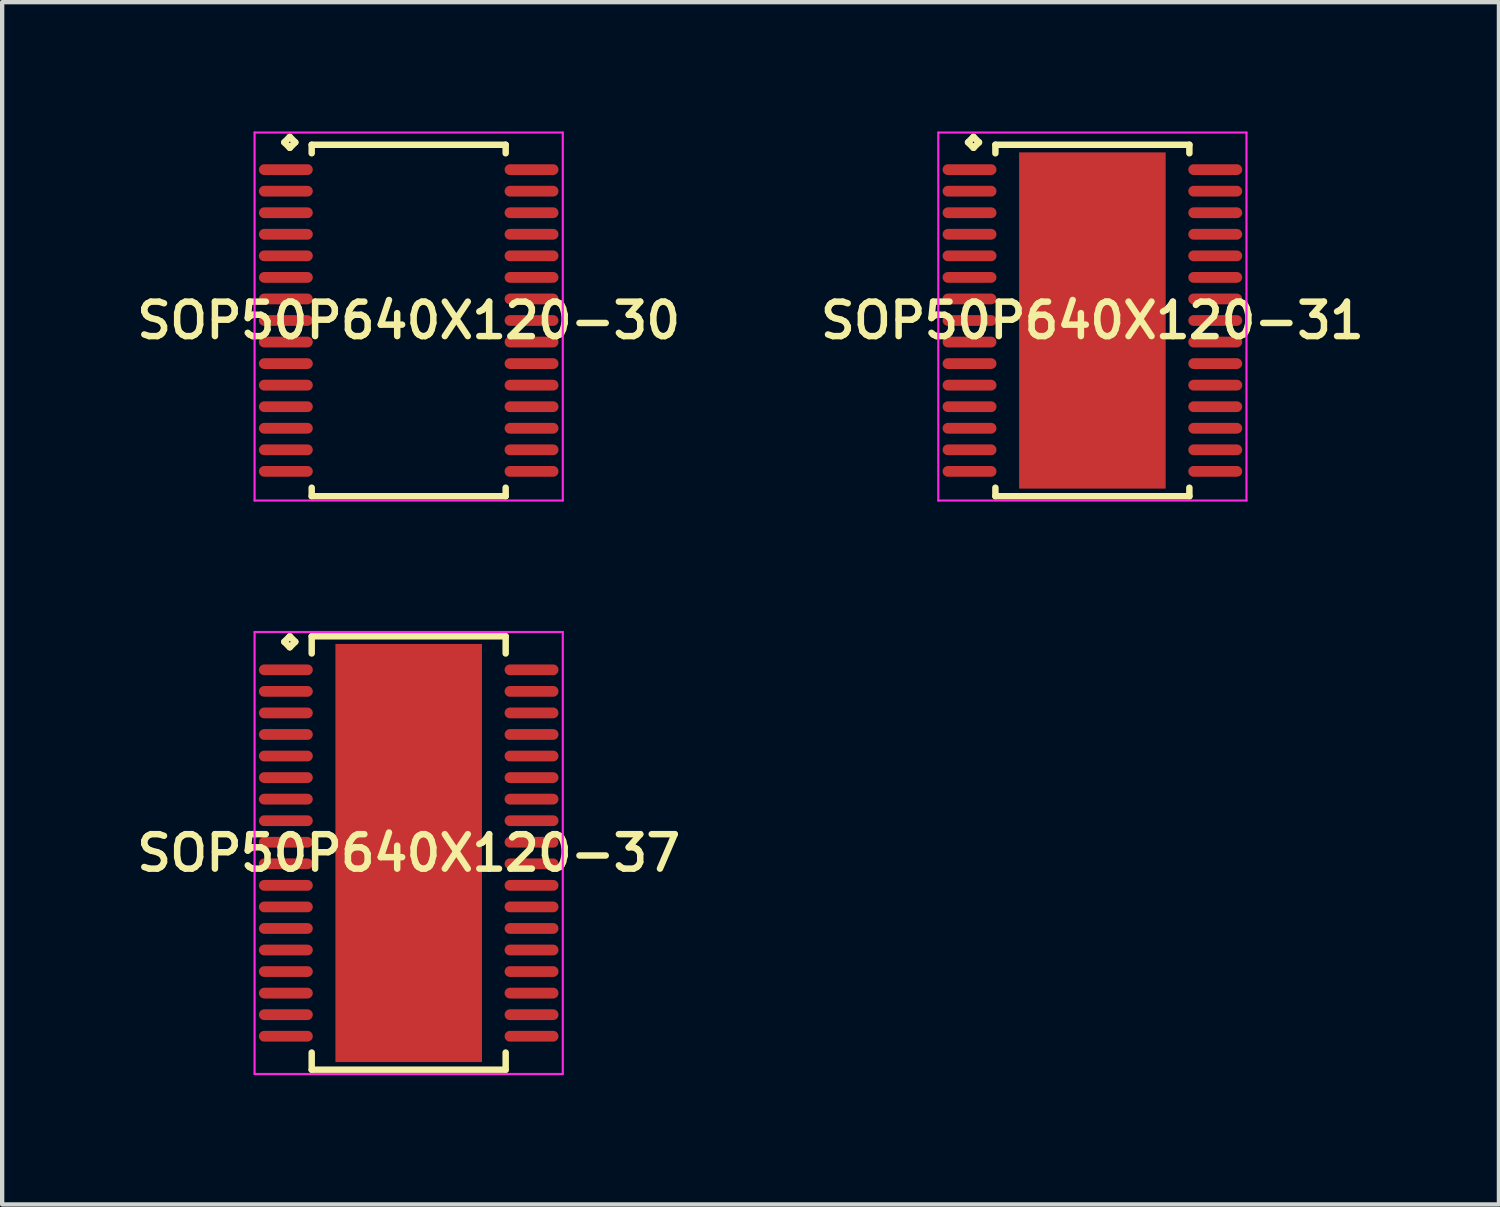
<source format=kicad_pcb>
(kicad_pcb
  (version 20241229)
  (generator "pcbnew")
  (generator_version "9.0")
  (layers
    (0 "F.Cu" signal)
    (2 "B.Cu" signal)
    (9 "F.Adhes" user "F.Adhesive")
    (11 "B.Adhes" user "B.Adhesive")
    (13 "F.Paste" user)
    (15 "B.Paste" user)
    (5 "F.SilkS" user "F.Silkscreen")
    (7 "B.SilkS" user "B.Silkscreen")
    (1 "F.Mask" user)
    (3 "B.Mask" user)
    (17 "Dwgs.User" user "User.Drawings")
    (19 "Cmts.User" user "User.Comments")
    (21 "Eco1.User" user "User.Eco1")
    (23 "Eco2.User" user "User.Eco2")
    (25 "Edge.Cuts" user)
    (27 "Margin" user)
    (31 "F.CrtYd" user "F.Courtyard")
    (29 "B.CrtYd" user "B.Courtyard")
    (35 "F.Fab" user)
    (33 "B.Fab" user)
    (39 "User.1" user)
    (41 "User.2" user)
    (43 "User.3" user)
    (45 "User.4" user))
  (footprint "SOP50P640X120-31"
    (layer "F.Cu")
    (at 22.292 4.385)
    (property "Reference" "SOP50P640X120-31" (at 0 0 0) (layer "F.SilkS") (effects (font (size 0.8 0.8) (thickness 0.15))))
    (attr smd)
    (fp_line (start -2.885 -4.133) (end -2.758 -4.26) (stroke (width 0.15) (type solid)) (layer "F.SilkS"))
    (fp_line (start -2.758 -4.26) (end -2.631 -4.133) (stroke (width 0.15) (type solid)) (layer "F.SilkS"))
    (fp_line (start -2.758 -4.006) (end -2.885 -4.133) (stroke (width 0.15) (type solid)) (layer "F.SilkS"))
    (fp_line (start -2.631 -4.133) (end -2.758 -4.006) (stroke (width 0.15) (type solid)) (layer "F.SilkS"))
    (fp_line (start -2.25 -4.077) (end 2.25 -4.077) (stroke (width 0.15) (type solid)) (layer "F.SilkS"))
    (fp_line (start -2.25 -3.879) (end -2.25 -4.077) (stroke (width 0.15) (type solid)) (layer "F.SilkS"))
    (fp_line (start -2.25 3.879) (end -2.25 4.077) (stroke (width 0.15) (type solid)) (layer "F.SilkS"))
    (fp_line (start -2.25 4.077) (end 2.25 4.077) (stroke (width 0.15) (type solid)) (layer "F.SilkS"))
    (fp_line (start 2.25 -4.077) (end 2.25 -3.879) (stroke (width 0.15) (type solid)) (layer "F.SilkS"))
    (fp_line (start 2.25 4.077) (end 2.25 3.879) (stroke (width 0.15) (type solid)) (layer "F.SilkS"))
    (fp_line (start -3.575 -4.36) (end 3.575 -4.36) (stroke (width 0.05) (type solid)) (layer "F.CrtYd"))
    (fp_line (start -3.575 4.177) (end -3.575 -4.36) (stroke (width 0.05) (type solid)) (layer "F.CrtYd"))
    (fp_line (start 3.575 -4.36) (end 3.575 4.177) (stroke (width 0.05) (type solid)) (layer "F.CrtYd"))
    (fp_line (start 3.575 4.177) (end -3.575 4.177) (stroke (width 0.05) (type solid)) (layer "F.CrtYd"))
    (pad "1" smd oval (at -2.85 -3.5) (size 1.25 0.25) (layers "F.Cu" "F.Mask" "F.Paste"))
    (pad "2" smd oval (at -2.85 -3) (size 1.25 0.25) (layers "F.Cu" "F.Mask" "F.Paste"))
    (pad "3" smd oval (at -2.85 -2.5) (size 1.25 0.25) (layers "F.Cu" "F.Mask" "F.Paste"))
    (pad "4" smd oval (at -2.85 -2) (size 1.25 0.25) (layers "F.Cu" "F.Mask" "F.Paste"))
    (pad "5" smd oval (at -2.85 -1.5) (size 1.25 0.25) (layers "F.Cu" "F.Mask" "F.Paste"))
    (pad "6" smd oval (at -2.85 -1) (size 1.25 0.25) (layers "F.Cu" "F.Mask" "F.Paste"))
    (pad "7" smd oval (at -2.85 -0.5) (size 1.25 0.25) (layers "F.Cu" "F.Mask" "F.Paste"))
    (pad "8" smd oval (at -2.85 0) (size 1.25 0.25) (layers "F.Cu" "F.Mask" "F.Paste"))
    (pad "9" smd oval (at -2.85 0.5) (size 1.25 0.25) (layers "F.Cu" "F.Mask" "F.Paste"))
    (pad "10" smd oval (at -2.85 1) (size 1.25 0.25) (layers "F.Cu" "F.Mask" "F.Paste"))
    (pad "11" smd oval (at -2.85 1.5) (size 1.25 0.25) (layers "F.Cu" "F.Mask" "F.Paste"))
    (pad "12" smd oval (at -2.85 2) (size 1.25 0.25) (layers "F.Cu" "F.Mask" "F.Paste"))
    (pad "13" smd oval (at -2.85 2.5) (size 1.25 0.25) (layers "F.Cu" "F.Mask" "F.Paste"))
    (pad "14" smd oval (at -2.85 3) (size 1.25 0.25) (layers "F.Cu" "F.Mask" "F.Paste"))
    (pad "15" smd oval (at -2.85 3.5) (size 1.25 0.25) (layers "F.Cu" "F.Mask" "F.Paste"))
    (pad "16" smd oval (at 2.85 3.5) (size 1.25 0.25) (layers "F.Cu" "F.Mask" "F.Paste"))
    (pad "17" smd oval (at 2.85 3) (size 1.25 0.25) (layers "F.Cu" "F.Mask" "F.Paste"))
    (pad "18" smd oval (at 2.85 2.5) (size 1.25 0.25) (layers "F.Cu" "F.Mask" "F.Paste"))
    (pad "19" smd oval (at 2.85 2) (size 1.25 0.25) (layers "F.Cu" "F.Mask" "F.Paste"))
    (pad "20" smd oval (at 2.85 1.5) (size 1.25 0.25) (layers "F.Cu" "F.Mask" "F.Paste"))
    (pad "21" smd oval (at 2.85 1) (size 1.25 0.25) (layers "F.Cu" "F.Mask" "F.Paste"))
    (pad "22" smd oval (at 2.85 0.5) (size 1.25 0.25) (layers "F.Cu" "F.Mask" "F.Paste"))
    (pad "23" smd oval (at 2.85 0) (size 1.25 0.25) (layers "F.Cu" "F.Mask" "F.Paste"))
    (pad "24" smd oval (at 2.85 -0.5) (size 1.25 0.25) (layers "F.Cu" "F.Mask" "F.Paste"))
    (pad "25" smd oval (at 2.85 -1) (size 1.25 0.25) (layers "F.Cu" "F.Mask" "F.Paste"))
    (pad "26" smd oval (at 2.85 -1.5) (size 1.25 0.25) (layers "F.Cu" "F.Mask" "F.Paste"))
    (pad "27" smd oval (at 2.85 -2) (size 1.25 0.25) (layers "F.Cu" "F.Mask" "F.Paste"))
    (pad "28" smd oval (at 2.85 -2.5) (size 1.25 0.25) (layers "F.Cu" "F.Mask" "F.Paste"))
    (pad "29" smd oval (at 2.85 -3) (size 1.25 0.25) (layers "F.Cu" "F.Mask" "F.Paste"))
    (pad "30" smd oval (at 2.85 -3.5) (size 1.25 0.25) (layers "F.Cu" "F.Mask" "F.Paste"))
    (pad "31" smd rect (at 0 0) (size 3.4 7.8) (layers "F.Cu" "F.Mask" "F.Paste")))
  (footprint "SOP50P640X120-37"
    (layer "F.Cu")
    (at 6.431 16.739)
    (property "Reference" "SOP50P640X120-37" (at 0 0 0) (layer "F.SilkS") (effects (font (size 0.8 0.8) (thickness 0.15))))
    (attr smd)
    (fp_line (start -2.885 -4.9) (end -2.758 -5.027) (stroke (width 0.15) (type solid)) (layer "F.SilkS"))
    (fp_line (start -2.758 -5.027) (end -2.631 -4.9) (stroke (width 0.15) (type solid)) (layer "F.SilkS"))
    (fp_line (start -2.758 -4.773) (end -2.885 -4.9) (stroke (width 0.15) (type solid)) (layer "F.SilkS"))
    (fp_line (start -2.631 -4.9) (end -2.758 -4.773) (stroke (width 0.15) (type solid)) (layer "F.SilkS"))
    (fp_line (start -2.25 -5.027) (end 2.25 -5.027) (stroke (width 0.15) (type solid)) (layer "F.SilkS"))
    (fp_line (start -2.25 -4.629) (end -2.25 -5.027) (stroke (width 0.15) (type solid)) (layer "F.SilkS"))
    (fp_line (start -2.25 4.629) (end -2.25 5.027) (stroke (width 0.15) (type solid)) (layer "F.SilkS"))
    (fp_line (start -2.25 5.027) (end 2.25 5.027) (stroke (width 0.15) (type solid)) (layer "F.SilkS"))
    (fp_line (start 2.25 -5.027) (end 2.25 -4.629) (stroke (width 0.15) (type solid)) (layer "F.SilkS"))
    (fp_line (start 2.25 5.027) (end 2.25 4.629) (stroke (width 0.15) (type solid)) (layer "F.SilkS"))
    (fp_line (start -3.575 -5.127) (end 3.575 -5.127) (stroke (width 0.05) (type solid)) (layer "F.CrtYd"))
    (fp_line (start -3.575 5.127) (end -3.575 -5.127) (stroke (width 0.05) (type solid)) (layer "F.CrtYd"))
    (fp_line (start 3.575 -5.127) (end 3.575 5.127) (stroke (width 0.05) (type solid)) (layer "F.CrtYd"))
    (fp_line (start 3.575 5.127) (end -3.575 5.127) (stroke (width 0.05) (type solid)) (layer "F.CrtYd"))
    (pad "1" smd oval (at -2.85 -4.25) (size 1.25 0.25) (layers "F.Cu" "F.Mask" "F.Paste"))
    (pad "2" smd oval (at -2.85 -3.75) (size 1.25 0.25) (layers "F.Cu" "F.Mask" "F.Paste"))
    (pad "3" smd oval (at -2.85 -3.25) (size 1.25 0.25) (layers "F.Cu" "F.Mask" "F.Paste"))
    (pad "4" smd oval (at -2.85 -2.75) (size 1.25 0.25) (layers "F.Cu" "F.Mask" "F.Paste"))
    (pad "5" smd oval (at -2.85 -2.25) (size 1.25 0.25) (layers "F.Cu" "F.Mask" "F.Paste"))
    (pad "6" smd oval (at -2.85 -1.75) (size 1.25 0.25) (layers "F.Cu" "F.Mask" "F.Paste"))
    (pad "7" smd oval (at -2.85 -1.25) (size 1.25 0.25) (layers "F.Cu" "F.Mask" "F.Paste"))
    (pad "8" smd oval (at -2.85 -0.75) (size 1.25 0.25) (layers "F.Cu" "F.Mask" "F.Paste"))
    (pad "9" smd oval (at -2.85 -0.25) (size 1.25 0.25) (layers "F.Cu" "F.Mask" "F.Paste"))
    (pad "10" smd oval (at -2.85 0.25) (size 1.25 0.25) (layers "F.Cu" "F.Mask" "F.Paste"))
    (pad "11" smd oval (at -2.85 0.75) (size 1.25 0.25) (layers "F.Cu" "F.Mask" "F.Paste"))
    (pad "12" smd oval (at -2.85 1.25) (size 1.25 0.25) (layers "F.Cu" "F.Mask" "F.Paste"))
    (pad "13" smd oval (at -2.85 1.75) (size 1.25 0.25) (layers "F.Cu" "F.Mask" "F.Paste"))
    (pad "14" smd oval (at -2.85 2.25) (size 1.25 0.25) (layers "F.Cu" "F.Mask" "F.Paste"))
    (pad "15" smd oval (at -2.85 2.75) (size 1.25 0.25) (layers "F.Cu" "F.Mask" "F.Paste"))
    (pad "16" smd oval (at -2.85 3.25) (size 1.25 0.25) (layers "F.Cu" "F.Mask" "F.Paste"))
    (pad "17" smd oval (at -2.85 3.75) (size 1.25 0.25) (layers "F.Cu" "F.Mask" "F.Paste"))
    (pad "18" smd oval (at -2.85 4.25) (size 1.25 0.25) (layers "F.Cu" "F.Mask" "F.Paste"))
    (pad "19" smd oval (at 2.85 4.25) (size 1.25 0.25) (layers "F.Cu" "F.Mask" "F.Paste"))
    (pad "20" smd oval (at 2.85 3.75) (size 1.25 0.25) (layers "F.Cu" "F.Mask" "F.Paste"))
    (pad "21" smd oval (at 2.85 3.25) (size 1.25 0.25) (layers "F.Cu" "F.Mask" "F.Paste"))
    (pad "22" smd oval (at 2.85 2.75) (size 1.25 0.25) (layers "F.Cu" "F.Mask" "F.Paste"))
    (pad "23" smd oval (at 2.85 2.25) (size 1.25 0.25) (layers "F.Cu" "F.Mask" "F.Paste"))
    (pad "24" smd oval (at 2.85 1.75) (size 1.25 0.25) (layers "F.Cu" "F.Mask" "F.Paste"))
    (pad "25" smd oval (at 2.85 1.25) (size 1.25 0.25) (layers "F.Cu" "F.Mask" "F.Paste"))
    (pad "26" smd oval (at 2.85 0.75) (size 1.25 0.25) (layers "F.Cu" "F.Mask" "F.Paste"))
    (pad "27" smd oval (at 2.85 0.25) (size 1.25 0.25) (layers "F.Cu" "F.Mask" "F.Paste"))
    (pad "28" smd oval (at 2.85 -0.25) (size 1.25 0.25) (layers "F.Cu" "F.Mask" "F.Paste"))
    (pad "29" smd oval (at 2.85 -0.75) (size 1.25 0.25) (layers "F.Cu" "F.Mask" "F.Paste"))
    (pad "30" smd oval (at 2.85 -1.25) (size 1.25 0.25) (layers "F.Cu" "F.Mask" "F.Paste"))
    (pad "31" smd oval (at 2.85 -1.75) (size 1.25 0.25) (layers "F.Cu" "F.Mask" "F.Paste"))
    (pad "32" smd oval (at 2.85 -2.25) (size 1.25 0.25) (layers "F.Cu" "F.Mask" "F.Paste"))
    (pad "33" smd oval (at 2.85 -2.75) (size 1.25 0.25) (layers "F.Cu" "F.Mask" "F.Paste"))
    (pad "34" smd oval (at 2.85 -3.25) (size 1.25 0.25) (layers "F.Cu" "F.Mask" "F.Paste"))
    (pad "35" smd oval (at 2.85 -3.75) (size 1.25 0.25) (layers "F.Cu" "F.Mask" "F.Paste"))
    (pad "36" smd oval (at 2.85 -4.25) (size 1.25 0.25) (layers "F.Cu" "F.Mask" "F.Paste"))
    (pad "37" smd rect (at 0 0) (size 3.4 9.7) (layers "F.Cu" "F.Mask" "F.Paste")))
  (footprint "SOP50P640X120-30"
    (layer "F.Cu")
    (at 6.431 4.385)
    (property "Reference" "SOP50P640X120-30" (at 0 0 0) (layer "F.SilkS") (effects (font (size 0.8 0.8) (thickness 0.15))))
    (attr smd)
    (fp_line (start -2.885 -4.133) (end -2.758 -4.26) (stroke (width 0.15) (type solid)) (layer "F.SilkS"))
    (fp_line (start -2.758 -4.26) (end -2.631 -4.133) (stroke (width 0.15) (type solid)) (layer "F.SilkS"))
    (fp_line (start -2.758 -4.006) (end -2.885 -4.133) (stroke (width 0.15) (type solid)) (layer "F.SilkS"))
    (fp_line (start -2.631 -4.133) (end -2.758 -4.006) (stroke (width 0.15) (type solid)) (layer "F.SilkS"))
    (fp_line (start -2.25 -4.077) (end 2.25 -4.077) (stroke (width 0.15) (type solid)) (layer "F.SilkS"))
    (fp_line (start -2.25 -3.879) (end -2.25 -4.077) (stroke (width 0.15) (type solid)) (layer "F.SilkS"))
    (fp_line (start -2.25 3.879) (end -2.25 4.077) (stroke (width 0.15) (type solid)) (layer "F.SilkS"))
    (fp_line (start -2.25 4.077) (end 2.25 4.077) (stroke (width 0.15) (type solid)) (layer "F.SilkS"))
    (fp_line (start 2.25 -4.077) (end 2.25 -3.879) (stroke (width 0.15) (type solid)) (layer "F.SilkS"))
    (fp_line (start 2.25 4.077) (end 2.25 3.879) (stroke (width 0.15) (type solid)) (layer "F.SilkS"))
    (fp_line (start -3.575 -4.36) (end 3.575 -4.36) (stroke (width 0.05) (type solid)) (layer "F.CrtYd"))
    (fp_line (start -3.575 4.177) (end -3.575 -4.36) (stroke (width 0.05) (type solid)) (layer "F.CrtYd"))
    (fp_line (start 3.575 -4.36) (end 3.575 4.177) (stroke (width 0.05) (type solid)) (layer "F.CrtYd"))
    (fp_line (start 3.575 4.177) (end -3.575 4.177) (stroke (width 0.05) (type solid)) (layer "F.CrtYd"))
    (pad "1" smd oval (at -2.85 -3.5) (size 1.25 0.25) (layers "F.Cu" "F.Mask" "F.Paste"))
    (pad "2" smd oval (at -2.85 -3) (size 1.25 0.25) (layers "F.Cu" "F.Mask" "F.Paste"))
    (pad "3" smd oval (at -2.85 -2.5) (size 1.25 0.25) (layers "F.Cu" "F.Mask" "F.Paste"))
    (pad "4" smd oval (at -2.85 -2) (size 1.25 0.25) (layers "F.Cu" "F.Mask" "F.Paste"))
    (pad "5" smd oval (at -2.85 -1.5) (size 1.25 0.25) (layers "F.Cu" "F.Mask" "F.Paste"))
    (pad "6" smd oval (at -2.85 -1) (size 1.25 0.25) (layers "F.Cu" "F.Mask" "F.Paste"))
    (pad "7" smd oval (at -2.85 -0.5) (size 1.25 0.25) (layers "F.Cu" "F.Mask" "F.Paste"))
    (pad "8" smd oval (at -2.85 0) (size 1.25 0.25) (layers "F.Cu" "F.Mask" "F.Paste"))
    (pad "9" smd oval (at -2.85 0.5) (size 1.25 0.25) (layers "F.Cu" "F.Mask" "F.Paste"))
    (pad "10" smd oval (at -2.85 1) (size 1.25 0.25) (layers "F.Cu" "F.Mask" "F.Paste"))
    (pad "11" smd oval (at -2.85 1.5) (size 1.25 0.25) (layers "F.Cu" "F.Mask" "F.Paste"))
    (pad "12" smd oval (at -2.85 2) (size 1.25 0.25) (layers "F.Cu" "F.Mask" "F.Paste"))
    (pad "13" smd oval (at -2.85 2.5) (size 1.25 0.25) (layers "F.Cu" "F.Mask" "F.Paste"))
    (pad "14" smd oval (at -2.85 3) (size 1.25 0.25) (layers "F.Cu" "F.Mask" "F.Paste"))
    (pad "15" smd oval (at -2.85 3.5) (size 1.25 0.25) (layers "F.Cu" "F.Mask" "F.Paste"))
    (pad "16" smd oval (at 2.85 3.5) (size 1.25 0.25) (layers "F.Cu" "F.Mask" "F.Paste"))
    (pad "17" smd oval (at 2.85 3) (size 1.25 0.25) (layers "F.Cu" "F.Mask" "F.Paste"))
    (pad "18" smd oval (at 2.85 2.5) (size 1.25 0.25) (layers "F.Cu" "F.Mask" "F.Paste"))
    (pad "19" smd oval (at 2.85 2) (size 1.25 0.25) (layers "F.Cu" "F.Mask" "F.Paste"))
    (pad "20" smd oval (at 2.85 1.5) (size 1.25 0.25) (layers "F.Cu" "F.Mask" "F.Paste"))
    (pad "21" smd oval (at 2.85 1) (size 1.25 0.25) (layers "F.Cu" "F.Mask" "F.Paste"))
    (pad "22" smd oval (at 2.85 0.5) (size 1.25 0.25) (layers "F.Cu" "F.Mask" "F.Paste"))
    (pad "23" smd oval (at 2.85 0) (size 1.25 0.25) (layers "F.Cu" "F.Mask" "F.Paste"))
    (pad "24" smd oval (at 2.85 -0.5) (size 1.25 0.25) (layers "F.Cu" "F.Mask" "F.Paste"))
    (pad "25" smd oval (at 2.85 -1) (size 1.25 0.25) (layers "F.Cu" "F.Mask" "F.Paste"))
    (pad "26" smd oval (at 2.85 -1.5) (size 1.25 0.25) (layers "F.Cu" "F.Mask" "F.Paste"))
    (pad "27" smd oval (at 2.85 -2) (size 1.25 0.25) (layers "F.Cu" "F.Mask" "F.Paste"))
    (pad "28" smd oval (at 2.85 -2.5) (size 1.25 0.25) (layers "F.Cu" "F.Mask" "F.Paste"))
    (pad "29" smd oval (at 2.85 -3) (size 1.25 0.25) (layers "F.Cu" "F.Mask" "F.Paste"))
    (pad "30" smd oval (at 2.85 -3.5) (size 1.25 0.25) (layers "F.Cu" "F.Mask" "F.Paste")))
  (gr_rect
    (start -3 -3)
    (end 31.723 24.891)
    (stroke (width 0.1) (type default))
    (fill no)
    (layer "Edge.Cuts")))
</source>
